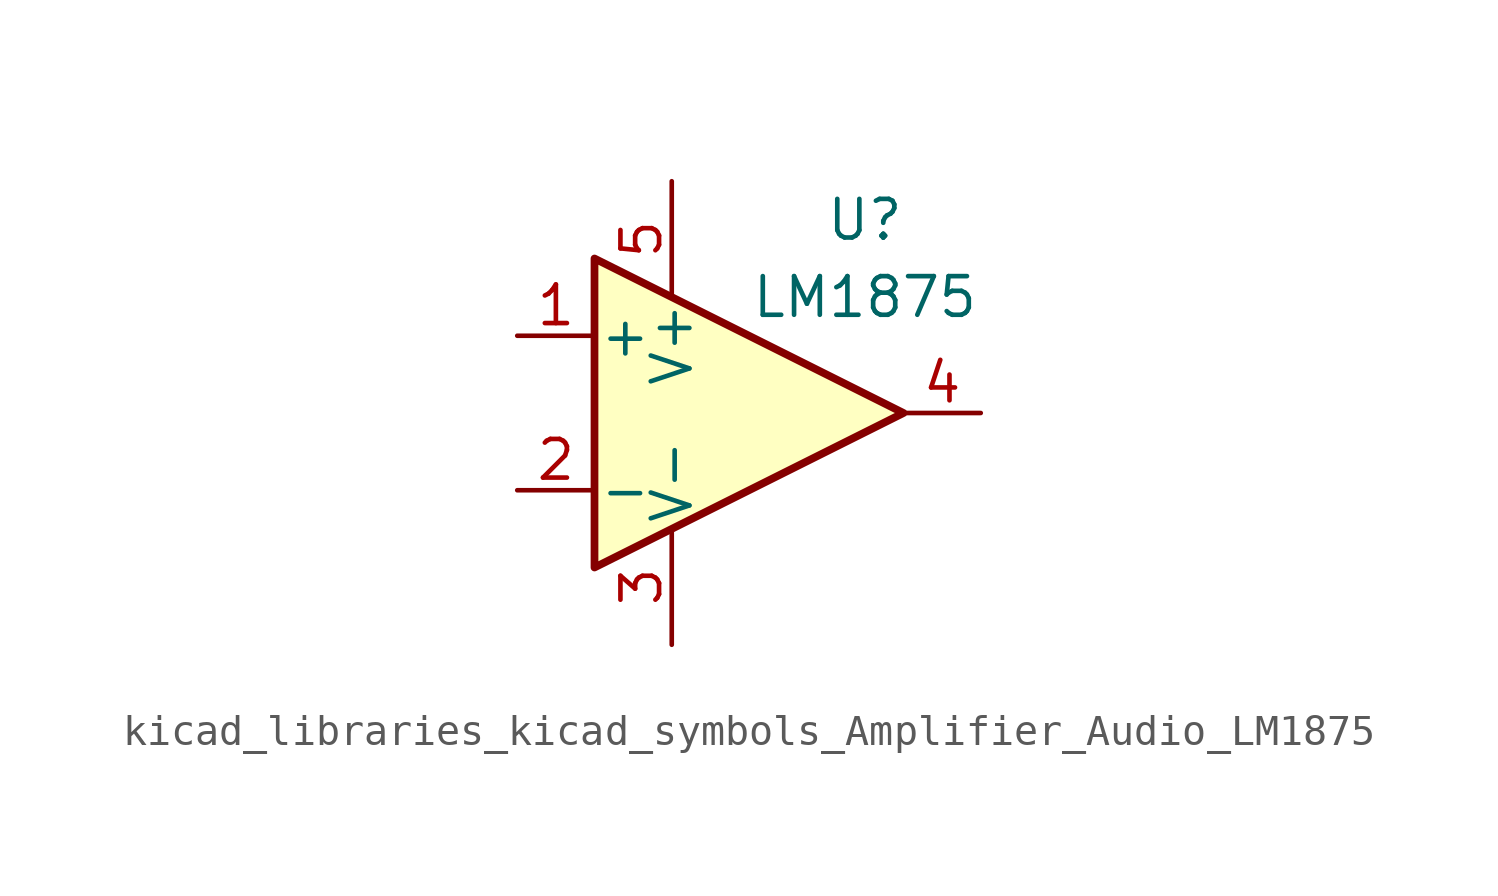
<source format=kicad_sym>
(kicad_symbol_lib
  (version 20220914)
  (generator kicad_symbol_editor)
  (symbol "kicad_libraries_kicad_symbols_Amplifier_Audio_LM1875"
    (pin_names
      (offset 0.127))
    (property "Reference" "U"
      (at 3.81 6.35 0)
      (effects (font (size 1.27 1.27))))
    (property "Value" "LM1875"
      (at 3.81 3.81 0)
      (effects (font (size 1.27 1.27))))
    (symbol "kicad_libraries_kicad_symbols_Amplifier_Audio_LM1875_0_1"
      (polyline (pts (xy -5.08 5.08) (xy 5.08 0) (xy -5.08 -5.08) (xy -5.08 5.08)) (stroke (width 0.254) (type default)) (fill (type background))))
    (symbol "kicad_libraries_kicad_symbols_Amplifier_Audio_LM1875_1_1"
      (pin input line (at -7.62 2.54 0) (length 2.54) (name "+" (effects (font (size 1.27 1.27)))) (number "1" (effects (font (size 1.27 1.27)))))
      (pin input line (at -7.62 -2.54 0) (length 2.54) (name "-" (effects (font (size 1.27 1.27)))) (number "2" (effects (font (size 1.27 1.27)))))
      (pin power_in line (at -2.54 -7.62 90) (length 3.81) (name "V-" (effects (font (size 1.27 1.27)))) (number "3" (effects (font (size 1.27 1.27)))))
      (pin output line (at 7.62 0 180) (length 2.54) (name "~" (effects (font (size 1.27 1.27)))) (number "4" (effects (font (size 1.27 1.27)))))
      (pin power_in line (at -2.54 7.62 270) (length 3.81) (name "V+" (effects (font (size 1.27 1.27)))) (number "5" (effects (font (size 1.27 1.27))))))))
</source>
